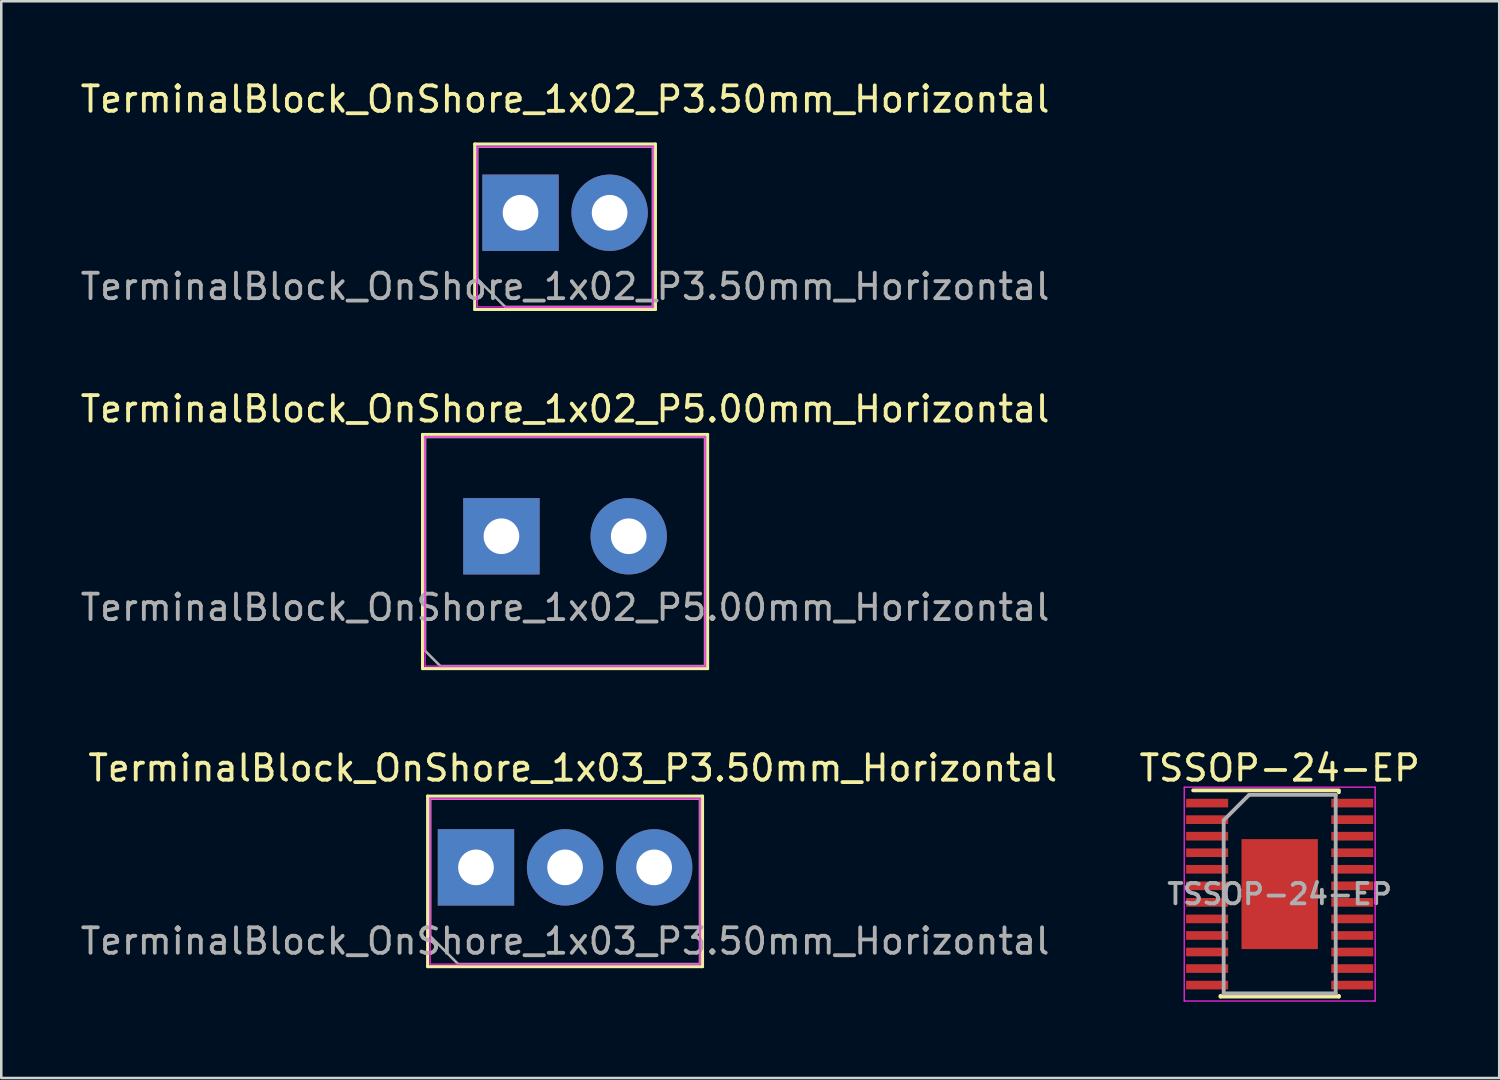
<source format=kicad_pcb>
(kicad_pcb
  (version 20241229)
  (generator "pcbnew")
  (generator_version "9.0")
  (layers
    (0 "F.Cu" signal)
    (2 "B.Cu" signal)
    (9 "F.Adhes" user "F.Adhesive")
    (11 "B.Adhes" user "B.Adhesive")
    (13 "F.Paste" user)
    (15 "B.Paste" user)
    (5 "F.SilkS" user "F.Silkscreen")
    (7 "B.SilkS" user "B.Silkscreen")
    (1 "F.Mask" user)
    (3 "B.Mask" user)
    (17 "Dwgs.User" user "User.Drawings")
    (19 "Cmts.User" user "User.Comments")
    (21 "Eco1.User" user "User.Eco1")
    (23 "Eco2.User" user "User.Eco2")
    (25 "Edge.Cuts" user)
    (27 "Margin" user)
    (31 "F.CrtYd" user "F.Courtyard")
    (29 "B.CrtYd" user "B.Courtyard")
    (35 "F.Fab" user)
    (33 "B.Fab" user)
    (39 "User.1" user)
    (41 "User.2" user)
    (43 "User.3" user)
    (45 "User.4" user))
  (footprint "TerminalBlock_OnShore_1x02_P3.50mm_Horizontal"
    (layer "F.Cu")
    (at 17.399 5.308)
    (property "Reference" "TerminalBlock_OnShore_1x02_P3.50mm_Horizontal" (at 1.75 -4.46 0) (layer "F.SilkS") (effects (font (size 1 1) (thickness 0.15))))
    (attr through_hole)
    (fp_line (start -1.8 -2.7) (end -1.8 3.8) (stroke (width 0.12) (type solid)) (layer "F.SilkS"))
    (fp_line (start -1.8 -2.7) (end 5.3 -2.7) (stroke (width 0.12) (type solid)) (layer "F.SilkS"))
    (fp_line (start -1.8 3.8) (end 5.3 3.8) (stroke (width 0.12) (type solid)) (layer "F.SilkS"))
    (fp_line (start 5.3 -2.7) (end 5.3 3.8) (stroke (width 0.12) (type solid)) (layer "F.SilkS"))
    (fp_line (start -1.7 -2.6) (end -1.7 3.7) (stroke (width 0.05) (type solid)) (layer "F.CrtYd"))
    (fp_line (start -1.7 3.7) (end 5.2 3.7) (stroke (width 0.05) (type solid)) (layer "F.CrtYd"))
    (fp_line (start 5.2 -2.6) (end -1.7 -2.6) (stroke (width 0.05) (type solid)) (layer "F.CrtYd"))
    (fp_line (start 5.2 3.7) (end 5.2 -2.6) (stroke (width 0.05) (type solid)) (layer "F.CrtYd"))
    (fp_line (start -1.7 -2.6) (end 5.2 -2.6) (stroke (width 0.1) (type solid)) (layer "F.Fab"))
    (fp_line (start -1.7 2.6) (end -1.7 -2.6) (stroke (width 0.1) (type solid)) (layer "F.Fab"))
    (fp_line (start -0.6 3.7) (end -1.7 2.6) (stroke (width 0.1) (type solid)) (layer "F.Fab"))
    (fp_line (start 5.2 -2.6) (end 5.2 3.7) (stroke (width 0.1) (type solid)) (layer "F.Fab"))
    (fp_line (start 5.2 3.7) (end -0.6 3.7) (stroke (width 0.1) (type solid)) (layer "F.Fab"))
    (fp_text user "${REFERENCE}" (at 1.75 2.9 0) (layer "F.Fab") (effects (font (size 1 1) (thickness 0.15))))
    (pad "1" thru_hole rect (at 0 0) (size 3 3) (drill 1.4) (layers "*.Cu" "*.Mask"))
    (pad "2" thru_hole circle (at 3.5 0) (size 3 3) (drill 1.4) (layers "*.Cu" "*.Mask")))
  (footprint "TSSOP-24-EP"
    (layer "F.Cu")
    (at 47.223 32.075)
    (property "Reference" "TSSOP-24-EP" (at 0 -4.95 0) (layer "F.SilkS") (effects (font (size 1 1) (thickness 0.15))))
    (attr smd)
    (fp_line (start -3.4 -4.075) (end 2.325 -4.075) (stroke (width 0.15) (type solid)) (layer "F.SilkS"))
    (fp_line (start -2.325 4.025) (end -2.325 4) (stroke (width 0.15) (type solid)) (layer "F.SilkS"))
    (fp_line (start -2.325 4.025) (end 2.325 4.025) (stroke (width 0.15) (type solid)) (layer "F.SilkS"))
    (fp_line (start 2.325 -4.025) (end 2.325 -4) (stroke (width 0.15) (type solid)) (layer "F.SilkS"))
    (fp_line (start 2.325 4.025) (end 2.325 4) (stroke (width 0.15) (type solid)) (layer "F.SilkS"))
    (fp_line (start -3.75 -4.2) (end -3.75 4.2) (stroke (width 0.05) (type solid)) (layer "F.CrtYd"))
    (fp_line (start -3.75 -4.2) (end 3.75 -4.2) (stroke (width 0.05) (type solid)) (layer "F.CrtYd"))
    (fp_line (start -3.75 4.2) (end 3.75 4.2) (stroke (width 0.05) (type solid)) (layer "F.CrtYd"))
    (fp_line (start 3.75 -4.2) (end 3.75 4.2) (stroke (width 0.05) (type solid)) (layer "F.CrtYd"))
    (fp_line (start -2.2 -2.9) (end -1.2 -3.9) (stroke (width 0.15) (type solid)) (layer "F.Fab"))
    (fp_line (start -2.2 3.9) (end -2.2 -2.9) (stroke (width 0.15) (type solid)) (layer "F.Fab"))
    (fp_line (start -1.2 -3.9) (end 2.2 -3.9) (stroke (width 0.15) (type solid)) (layer "F.Fab"))
    (fp_line (start 2.2 -3.9) (end 2.2 3.9) (stroke (width 0.15) (type solid)) (layer "F.Fab"))
    (fp_line (start 2.2 3.9) (end -2.2 3.9) (stroke (width 0.15) (type solid)) (layer "F.Fab"))
    (fp_text user "${REFERENCE}" (at 0 0 0) (layer "F.Fab") (effects (font (size 0.8 0.8) (thickness 0.15))))
    (pad "1" smd rect (at -2.85 -3.575) (size 1.65 0.34) (layers "F.Cu" "F.Mask" "F.Paste"))
    (pad "2" smd rect (at -2.85 -2.925) (size 1.65 0.34) (layers "F.Cu" "F.Mask" "F.Paste"))
    (pad "3" smd rect (at -2.85 -2.275) (size 1.65 0.34) (layers "F.Cu" "F.Mask" "F.Paste"))
    (pad "4" smd rect (at -2.85 -1.625) (size 1.65 0.34) (layers "F.Cu" "F.Mask" "F.Paste"))
    (pad "5" smd rect (at -2.85 -0.975) (size 1.65 0.34) (layers "F.Cu" "F.Mask" "F.Paste"))
    (pad "6" smd rect (at -2.85 -0.325) (size 1.65 0.34) (layers "F.Cu" "F.Mask" "F.Paste"))
    (pad "7" smd rect (at -2.85 0.325) (size 1.65 0.34) (layers "F.Cu" "F.Mask" "F.Paste"))
    (pad "8" smd rect (at -2.85 0.975) (size 1.65 0.34) (layers "F.Cu" "F.Mask" "F.Paste"))
    (pad "9" smd rect (at -2.85 1.625) (size 1.65 0.34) (layers "F.Cu" "F.Mask" "F.Paste"))
    (pad "10" smd rect (at -2.85 2.275) (size 1.65 0.34) (layers "F.Cu" "F.Mask" "F.Paste"))
    (pad "11" smd rect (at -2.85 2.925) (size 1.65 0.34) (layers "F.Cu" "F.Mask" "F.Paste"))
    (pad "12" smd rect (at -2.85 3.575) (size 1.65 0.34) (layers "F.Cu" "F.Mask" "F.Paste"))
    (pad "13" smd rect (at 2.85 3.575) (size 1.65 0.34) (layers "F.Cu" "F.Mask" "F.Paste"))
    (pad "14" smd rect (at 2.85 2.925) (size 1.65 0.34) (layers "F.Cu" "F.Mask" "F.Paste"))
    (pad "15" smd rect (at 2.85 2.275) (size 1.65 0.34) (layers "F.Cu" "F.Mask" "F.Paste"))
    (pad "16" smd rect (at 2.85 1.625) (size 1.65 0.34) (layers "F.Cu" "F.Mask" "F.Paste"))
    (pad "17" smd rect (at 2.85 0.975) (size 1.65 0.34) (layers "F.Cu" "F.Mask" "F.Paste"))
    (pad "18" smd rect (at 2.85 0.325) (size 1.65 0.34) (layers "F.Cu" "F.Mask" "F.Paste"))
    (pad "19" smd rect (at 2.85 -0.325) (size 1.65 0.34) (layers "F.Cu" "F.Mask" "F.Paste"))
    (pad "20" smd rect (at 2.85 -0.975) (size 1.65 0.34) (layers "F.Cu" "F.Mask" "F.Paste"))
    (pad "21" smd rect (at 2.85 -1.625) (size 1.65 0.34) (layers "F.Cu" "F.Mask" "F.Paste"))
    (pad "22" smd rect (at 2.85 -2.275) (size 1.65 0.34) (layers "F.Cu" "F.Mask" "F.Paste"))
    (pad "23" smd rect (at 2.85 -2.925) (size 1.65 0.34) (layers "F.Cu" "F.Mask" "F.Paste"))
    (pad "24" smd rect (at 2.85 -3.575) (size 1.65 0.34) (layers "F.Cu" "F.Mask" "F.Paste"))
    (pad "25" smd rect (at 0 0) (size 3 4.32) (layers "F.Cu" "F.Mask" "F.Paste")))
  (footprint "TerminalBlock_OnShore_1x03_P3.50mm_Horizontal"
    (layer "F.Cu")
    (at 15.649 31.025)
    (property "Reference" "TerminalBlock_OnShore_1x03_P3.50mm_Horizontal" (at 3.8 -3.9 0) (layer "F.SilkS") (effects (font (size 1 1) (thickness 0.15))))
    (attr through_hole)
    (fp_line (start -1.9 -2.8) (end -1.9 3.9) (stroke (width 0.12) (type solid)) (layer "F.SilkS"))
    (fp_line (start -1.9 -2.8) (end 8.9 -2.8) (stroke (width 0.12) (type solid)) (layer "F.SilkS"))
    (fp_line (start -1.9 3.9) (end 8.9 3.9) (stroke (width 0.12) (type solid)) (layer "F.SilkS"))
    (fp_line (start 8.9 -2.8) (end 8.9 3.9) (stroke (width 0.12) (type solid)) (layer "F.SilkS"))
    (fp_line (start -1.8 -2.7) (end -1.8 3.8) (stroke (width 0.05) (type solid)) (layer "F.CrtYd"))
    (fp_line (start -1.8 3.8) (end 8.8 3.8) (stroke (width 0.05) (type solid)) (layer "F.CrtYd"))
    (fp_line (start 8.8 -2.7) (end -1.8 -2.7) (stroke (width 0.05) (type solid)) (layer "F.CrtYd"))
    (fp_line (start 8.8 3.8) (end 8.8 -2.7) (stroke (width 0.05) (type solid)) (layer "F.CrtYd"))
    (fp_line (start -1.8 -2.7) (end 8.8 -2.7) (stroke (width 0.1) (type solid)) (layer "F.Fab"))
    (fp_line (start -1.8 2.7) (end -1.8 -2.7) (stroke (width 0.1) (type solid)) (layer "F.Fab"))
    (fp_line (start -0.7 3.8) (end -1.8 2.7) (stroke (width 0.1) (type solid)) (layer "F.Fab"))
    (fp_line (start 8.8 -2.7) (end 8.8 3.8) (stroke (width 0.1) (type solid)) (layer "F.Fab"))
    (fp_line (start 8.8 3.8) (end -0.7 3.8) (stroke (width 0.1) (type solid)) (layer "F.Fab"))
    (fp_text user "${REFERENCE}" (at 3.5 2.9 0) (layer "F.Fab") (effects (font (size 1 1) (thickness 0.15))))
    (pad "1" thru_hole rect (at 0 0 90) (size 3 3) (drill 1.4) (layers "*.Cu" "*.Mask"))
    (pad "2" thru_hole circle (at 3.5 0) (size 3 3) (drill 1.4) (layers "*.Cu" "*.Mask"))
    (pad "3" thru_hole circle (at 7 0) (size 3 3) (drill 1.4) (layers "*.Cu" "*.Mask")))
  (footprint "TerminalBlock_OnShore_1x02_P5.00mm_Horizontal"
    (layer "F.Cu")
    (at 16.649 18.017)
    (property "Reference" "TerminalBlock_OnShore_1x02_P5.00mm_Horizontal" (at 2.5 -5 0) (layer "F.SilkS") (effects (font (size 1 1) (thickness 0.15))))
    (attr through_hole)
    (fp_line (start -3.1 -4) (end -3.1 5.2) (stroke (width 0.12) (type solid)) (layer "F.SilkS"))
    (fp_line (start -3.1 -4) (end 8.1 -4) (stroke (width 0.12) (type solid)) (layer "F.SilkS"))
    (fp_line (start -3.1 5.2) (end 8.1 5.2) (stroke (width 0.12) (type solid)) (layer "F.SilkS"))
    (fp_line (start 8.1 -4) (end 8.1 5.2) (stroke (width 0.12) (type solid)) (layer "F.SilkS"))
    (fp_line (start -3 -3.9) (end -3 5.1) (stroke (width 0.05) (type solid)) (layer "F.CrtYd"))
    (fp_line (start -3 5.1) (end 8 5.1) (stroke (width 0.05) (type solid)) (layer "F.CrtYd"))
    (fp_line (start 8 -3.9) (end -3 -3.9) (stroke (width 0.05) (type solid)) (layer "F.CrtYd"))
    (fp_line (start 8 5.1) (end 8 -3.9) (stroke (width 0.05) (type solid)) (layer "F.CrtYd"))
    (fp_line (start -3 -3.9) (end 8 -3.9) (stroke (width 0.1) (type solid)) (layer "F.Fab"))
    (fp_line (start -3 4.5) (end -3 -3.9) (stroke (width 0.1) (type solid)) (layer "F.Fab"))
    (fp_line (start -2.4 5.1) (end -3 4.5) (stroke (width 0.1) (type solid)) (layer "F.Fab"))
    (fp_line (start 8 -3.9) (end 8 5.1) (stroke (width 0.1) (type solid)) (layer "F.Fab"))
    (fp_line (start 8 5.1) (end -2.4 5.1) (stroke (width 0.1) (type solid)) (layer "F.Fab"))
    (fp_text user "${REFERENCE}" (at 2.5 2.8 0) (layer "F.Fab") (effects (font (size 1 1) (thickness 0.15))))
    (pad "1" thru_hole rect (at 0 0) (size 3 3) (drill 1.4) (layers "*.Cu" "*.Mask"))
    (pad "2" thru_hole circle (at 5 0) (size 3 3) (drill 1.4) (layers "*.Cu" "*.Mask")))
  (gr_rect
    (start -3 -3)
    (end 55.848 39.3)
    (stroke (width 0.1) (type default))
    (fill no)
    (layer "Edge.Cuts")))
</source>
